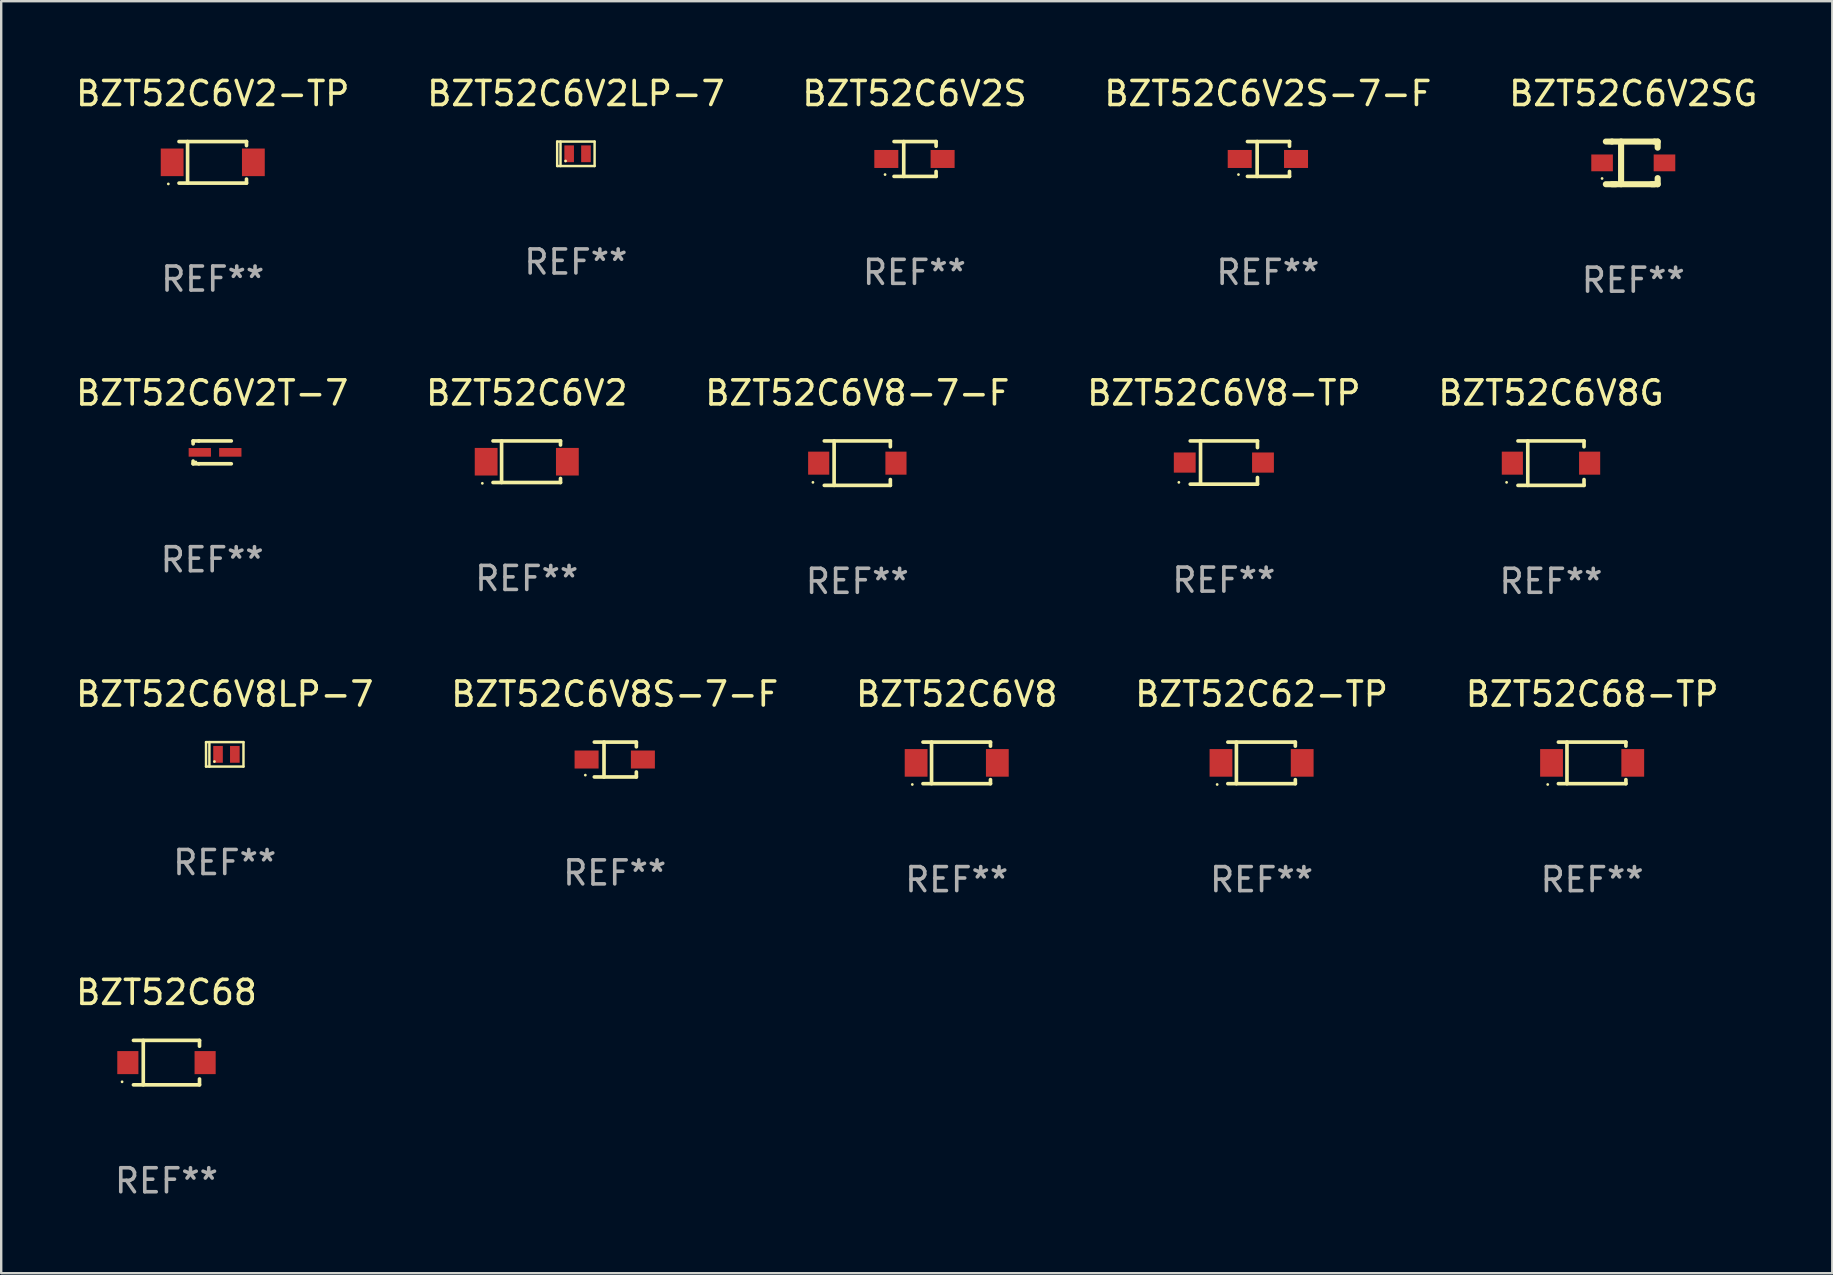
<source format=kicad_pcb>
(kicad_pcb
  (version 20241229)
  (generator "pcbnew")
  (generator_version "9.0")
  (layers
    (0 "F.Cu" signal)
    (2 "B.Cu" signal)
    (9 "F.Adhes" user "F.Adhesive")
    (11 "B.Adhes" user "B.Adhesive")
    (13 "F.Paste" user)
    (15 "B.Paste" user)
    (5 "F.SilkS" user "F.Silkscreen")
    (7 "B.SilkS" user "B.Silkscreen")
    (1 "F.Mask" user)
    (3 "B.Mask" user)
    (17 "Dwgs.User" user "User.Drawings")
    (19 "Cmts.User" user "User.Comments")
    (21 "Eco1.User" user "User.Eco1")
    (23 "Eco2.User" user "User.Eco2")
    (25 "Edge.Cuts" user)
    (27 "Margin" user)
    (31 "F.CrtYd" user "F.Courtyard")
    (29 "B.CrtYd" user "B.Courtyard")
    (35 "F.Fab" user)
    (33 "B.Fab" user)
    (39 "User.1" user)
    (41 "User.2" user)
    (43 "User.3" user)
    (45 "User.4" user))
  (footprint "BZT52C6V2T-7"
    (layer "F.Cu")
    (at 5.792 15.799)
    (property "Reference" "BZT52C6V2T-7" (at 0 -2.476 0) (layer "F.SilkS") (effects (font (size 1 1) (thickness 0.15))))
    (attr through_hole)
    (fp_line (start -0.795 -0.476) (end -0.795 -0.356) (stroke (width 0.152) (type solid)) (layer "F.SilkS"))
    (fp_line (start -0.795 0.363) (end -0.795 0.476) (stroke (width 0.152) (type solid)) (layer "F.SilkS"))
    (fp_line (start -0.795 0.476) (end -0.557 0.476) (stroke (width 0.152) (type solid)) (layer "F.SilkS"))
    (fp_line (start -0.557 -0.476) (end -0.795 -0.476) (stroke (width 0.152) (type solid)) (layer "F.SilkS"))
    (fp_line (start -0.557 -0.476) (end 0.795 -0.476) (stroke (width 0.152) (type solid)) (layer "F.SilkS"))
    (fp_line (start -0.557 0.476) (end 0.795 0.476) (stroke (width 0.152) (type solid)) (layer "F.SilkS"))
    (fp_circle (center -0.681 0.4) (end -0.651 0.4) (stroke (width 0.06) (type solid)) (fill no) (layer "F.SilkS"))
    (fp_text user "REF**" (at 0 4.476 0) (layer "F.Fab") (effects (font (size 1 1) (thickness 0.15))))
    (pad "1" smd rect (at -0.516 0 180) (size 0.93 0.36) (layers "F.Cu" "F.Mask" "F.Paste"))
    (pad "2" smd rect (at 0.754 0 180) (size 0.93 0.36) (layers "F.Cu" "F.Mask" "F.Paste")))
  (footprint "BZT52C6V2SG"
    (layer "F.Cu")
    (at 65.006 3.737)
    (property "Reference" "BZT52C6V2SG" (at 0 -2.889 0) (layer "F.SilkS") (effects (font (size 1 1) (thickness 0.15))))
    (attr through_hole)
    (fp_line (start -0.889 -0.889) (end -1.143 -0.889) (stroke (width 0.254) (type solid)) (layer "F.SilkS"))
    (fp_line (start -0.889 -0.889) (end 0.889 -0.889) (stroke (width 0.254) (type solid)) (layer "F.SilkS"))
    (fp_line (start -0.889 0.889) (end 0.889 0.889) (stroke (width 0.254) (type solid)) (layer "F.SilkS"))
    (fp_line (start -0.728 0.889) (end -1.143 0.889) (stroke (width 0.254) (type solid)) (layer "F.SilkS"))
    (fp_line (start -0.508 -0.889) (end -0.508 0.889) (stroke (width 0.254) (type solid)) (layer "F.SilkS"))
    (fp_line (start 0.763 0.889) (end 1.016 0.889) (stroke (width 0.254) (type solid)) (layer "F.SilkS"))
    (fp_line (start 0.889 -0.889) (end 1.016 -0.889) (stroke (width 0.254) (type solid)) (layer "F.SilkS"))
    (fp_line (start 1.016 -0.889) (end 1.016 -0.635) (stroke (width 0.254) (type solid)) (layer "F.SilkS"))
    (fp_line (start 1.016 0.889) (end 1.016 0.635) (stroke (width 0.254) (type solid)) (layer "F.SilkS"))
    (fp_circle (center -1.3 0.65) (end -1.27 0.65) (stroke (width 0.06) (type solid)) (fill no) (layer "F.SilkS"))
    (fp_text user "REF**" (at 0 4.889 0) (layer "F.Fab") (effects (font (size 1 1) (thickness 0.15))))
    (pad "1" smd rect (at -1.3 0) (size 0.9 0.7) (layers "F.Cu" "F.Mask" "F.Paste"))
    (pad "2" smd rect (at 1.3 0) (size 0.9 0.7) (layers "F.Cu" "F.Mask" "F.Paste")))
  (footprint "BZT52C6V8S-7-F"
    (layer "F.Cu")
    (at 22.565 28.598)
    (property "Reference" "BZT52C6V8S-7-F" (at 0 -2.726 0) (layer "F.SilkS") (effects (font (size 1 1) (thickness 0.15))))
    (attr through_hole)
    (fp_line (start -0.851 -0.726) (end 0.901 -0.726) (stroke (width 0.152) (type solid)) (layer "F.SilkS"))
    (fp_line (start -0.851 0.726) (end 0.901 0.726) (stroke (width 0.152) (type solid)) (layer "F.SilkS"))
    (fp_line (start -0.447 -0.726) (end -0.447 0.726) (stroke (width 0.152) (type solid)) (layer "F.SilkS"))
    (fp_line (start 0.901 -0.726) (end 0.901 -0.53) (stroke (width 0.152) (type solid)) (layer "F.SilkS"))
    (fp_line (start 0.901 0.726) (end 0.901 0.52) (stroke (width 0.152) (type solid)) (layer "F.SilkS"))
    (fp_circle (center -1.225 0.65) (end -1.195 0.65) (stroke (width 0.06) (type solid)) (fill no) (layer "F.SilkS"))
    (fp_text user "REF**" (at 0 4.726 0) (layer "F.Fab") (effects (font (size 1 1) (thickness 0.15))))
    (pad "1" smd rect (at -1.173 0) (size 1 0.75) (layers "F.Cu" "F.Mask" "F.Paste"))
    (pad "2" smd rect (at 1.173 0) (size 1 0.75) (layers "F.Cu" "F.Mask" "F.Paste")))
  (footprint "BZT52C6V8G"
    (layer "F.Cu")
    (at 61.577 16.249)
    (property "Reference" "BZT52C6V8G" (at 0 -2.926 0) (layer "F.SilkS") (effects (font (size 1 1) (thickness 0.15))))
    (attr through_hole)
    (fp_line (start -1.376 -0.926) (end 1.376 -0.926) (stroke (width 0.152) (type solid)) (layer "F.SilkS"))
    (fp_line (start -1.376 0.926) (end 1.376 0.926) (stroke (width 0.152) (type solid)) (layer "F.SilkS"))
    (fp_line (start -0.967 -0.926) (end -0.967 0.926) (stroke (width 0.152) (type solid)) (layer "F.SilkS"))
    (fp_line (start 1.376 -0.926) (end 1.376 -0.683) (stroke (width 0.152) (type solid)) (layer "F.SilkS"))
    (fp_line (start 1.376 0.926) (end 1.376 0.683) (stroke (width 0.152) (type solid)) (layer "F.SilkS"))
    (fp_circle (center -1.85 0.8) (end -1.82 0.8) (stroke (width 0.06) (type solid)) (fill no) (layer "F.SilkS"))
    (fp_text user "REF**" (at 0 4.926 0) (layer "F.Fab") (effects (font (size 1 1) (thickness 0.15))))
    (pad "1" smd rect (at -1.61 0) (size 0.88 0.96) (layers "F.Cu" "F.Mask" "F.Paste"))
    (pad "2" smd rect (at 1.61 0) (size 0.88 0.96) (layers "F.Cu" "F.Mask" "F.Paste")))
  (footprint "BZT52C62-TP"
    (layer "F.Cu")
    (at 49.518 28.738)
    (property "Reference" "BZT52C62-TP" (at 0 -2.866 0) (layer "F.SilkS") (effects (font (size 1 1) (thickness 0.15))))
    (attr through_hole)
    (fp_line (start -1.406 -0.866) (end 1.406 -0.866) (stroke (width 0.152) (type solid)) (layer "F.SilkS"))
    (fp_line (start -1.406 0.866) (end 1.406 0.866) (stroke (width 0.152) (type solid)) (layer "F.SilkS"))
    (fp_line (start -1.049 -0.866) (end -1.049 0.866) (stroke (width 0.152) (type solid)) (layer "F.SilkS"))
    (fp_line (start 1.406 -0.866) (end 1.406 -0.698) (stroke (width 0.152) (type solid)) (layer "F.SilkS"))
    (fp_line (start 1.406 0.866) (end 1.406 0.698) (stroke (width 0.152) (type solid)) (layer "F.SilkS"))
    (fp_circle (center -1.851 0.9) (end -1.821 0.9) (stroke (width 0.06) (type solid)) (fill no) (layer "F.SilkS"))
    (fp_text user "REF**" (at 0 4.866 0) (layer "F.Fab") (effects (font (size 1 1) (thickness 0.15))))
    (pad "1" smd rect (at -1.692 0) (size 0.95 1.15) (layers "F.Cu" "F.Mask" "F.Paste"))
    (pad "2" smd rect (at 1.692 0) (size 0.95 1.15) (layers "F.Cu" "F.Mask" "F.Paste")))
  (footprint "BZT52C6V8"
    (layer "F.Cu")
    (at 36.815 28.738)
    (property "Reference" "BZT52C6V8" (at 0 -2.866 0) (layer "F.SilkS") (effects (font (size 1 1) (thickness 0.15))))
    (attr through_hole)
    (fp_line (start -1.406 -0.866) (end 1.406 -0.866) (stroke (width 0.152) (type solid)) (layer "F.SilkS"))
    (fp_line (start -1.406 0.866) (end 1.406 0.866) (stroke (width 0.152) (type solid)) (layer "F.SilkS"))
    (fp_line (start -1.049 -0.866) (end -1.049 0.866) (stroke (width 0.152) (type solid)) (layer "F.SilkS"))
    (fp_line (start 1.406 -0.866) (end 1.406 -0.698) (stroke (width 0.152) (type solid)) (layer "F.SilkS"))
    (fp_line (start 1.406 0.866) (end 1.406 0.698) (stroke (width 0.152) (type solid)) (layer "F.SilkS"))
    (fp_circle (center -1.851 0.9) (end -1.821 0.9) (stroke (width 0.06) (type solid)) (fill no) (layer "F.SilkS"))
    (fp_text user "REF**" (at 0 4.866 0) (layer "F.Fab") (effects (font (size 1 1) (thickness 0.15))))
    (pad "1" smd rect (at -1.692 0) (size 0.95 1.15) (layers "F.Cu" "F.Mask" "F.Paste"))
    (pad "2" smd rect (at 1.692 0) (size 0.95 1.15) (layers "F.Cu" "F.Mask" "F.Paste")))
  (footprint "BZT52C68-TP"
    (layer "F.Cu")
    (at 63.292 28.738)
    (property "Reference" "BZT52C68-TP" (at 0 -2.866 0) (layer "F.SilkS") (effects (font (size 1 1) (thickness 0.15))))
    (attr through_hole)
    (fp_line (start -1.406 -0.866) (end 1.406 -0.866) (stroke (width 0.152) (type solid)) (layer "F.SilkS"))
    (fp_line (start -1.406 0.866) (end 1.406 0.866) (stroke (width 0.152) (type solid)) (layer "F.SilkS"))
    (fp_line (start -1.049 -0.866) (end -1.049 0.866) (stroke (width 0.152) (type solid)) (layer "F.SilkS"))
    (fp_line (start 1.406 -0.866) (end 1.406 -0.698) (stroke (width 0.152) (type solid)) (layer "F.SilkS"))
    (fp_line (start 1.406 0.866) (end 1.406 0.698) (stroke (width 0.152) (type solid)) (layer "F.SilkS"))
    (fp_circle (center -1.851 0.9) (end -1.821 0.9) (stroke (width 0.06) (type solid)) (fill no) (layer "F.SilkS"))
    (fp_text user "REF**" (at 0 4.866 0) (layer "F.Fab") (effects (font (size 1 1) (thickness 0.15))))
    (pad "1" smd rect (at -1.692 0) (size 0.95 1.15) (layers "F.Cu" "F.Mask" "F.Paste"))
    (pad "2" smd rect (at 1.692 0) (size 0.95 1.15) (layers "F.Cu" "F.Mask" "F.Paste")))
  (footprint "BZT52C6V2S-7-F"
    (layer "F.Cu")
    (at 49.78 3.574)
    (property "Reference" "BZT52C6V2S-7-F" (at 0 -2.726 0) (layer "F.SilkS") (effects (font (size 1 1) (thickness 0.15))))
    (attr through_hole)
    (fp_line (start -0.851 -0.726) (end 0.901 -0.726) (stroke (width 0.152) (type solid)) (layer "F.SilkS"))
    (fp_line (start -0.851 0.726) (end 0.901 0.726) (stroke (width 0.152) (type solid)) (layer "F.SilkS"))
    (fp_line (start -0.447 -0.726) (end -0.447 0.726) (stroke (width 0.152) (type solid)) (layer "F.SilkS"))
    (fp_line (start 0.901 -0.726) (end 0.901 -0.53) (stroke (width 0.152) (type solid)) (layer "F.SilkS"))
    (fp_line (start 0.901 0.726) (end 0.901 0.52) (stroke (width 0.152) (type solid)) (layer "F.SilkS"))
    (fp_circle (center -1.225 0.65) (end -1.195 0.65) (stroke (width 0.06) (type solid)) (fill no) (layer "F.SilkS"))
    (fp_text user "REF**" (at 0 4.726 0) (layer "F.Fab") (effects (font (size 1 1) (thickness 0.15))))
    (pad "1" smd rect (at -1.173 0) (size 1 0.75) (layers "F.Cu" "F.Mask" "F.Paste"))
    (pad "2" smd rect (at 1.173 0) (size 1 0.75) (layers "F.Cu" "F.Mask" "F.Paste")))
  (footprint "BZT52C6V8-7-F"
    (layer "F.Cu")
    (at 32.673 16.249)
    (property "Reference" "BZT52C6V8-7-F" (at 0 -2.926 0) (layer "F.SilkS") (effects (font (size 1 1) (thickness 0.15))))
    (attr through_hole)
    (fp_line (start -1.376 -0.926) (end 1.376 -0.926) (stroke (width 0.152) (type solid)) (layer "F.SilkS"))
    (fp_line (start -1.376 0.926) (end 1.376 0.926) (stroke (width 0.152) (type solid)) (layer "F.SilkS"))
    (fp_line (start -0.967 -0.926) (end -0.967 0.926) (stroke (width 0.152) (type solid)) (layer "F.SilkS"))
    (fp_line (start 1.376 -0.926) (end 1.376 -0.683) (stroke (width 0.152) (type solid)) (layer "F.SilkS"))
    (fp_line (start 1.376 0.926) (end 1.376 0.683) (stroke (width 0.152) (type solid)) (layer "F.SilkS"))
    (fp_circle (center -1.85 0.8) (end -1.82 0.8) (stroke (width 0.06) (type solid)) (fill no) (layer "F.SilkS"))
    (fp_text user "REF**" (at 0 4.926 0) (layer "F.Fab") (effects (font (size 1 1) (thickness 0.15))))
    (pad "1" smd rect (at -1.61 0) (size 0.88 0.96) (layers "F.Cu" "F.Mask" "F.Paste"))
    (pad "2" smd rect (at 1.61 0) (size 0.88 0.96) (layers "F.Cu" "F.Mask" "F.Paste")))
  (footprint "BZT52C6V8-TP"
    (layer "F.Cu")
    (at 47.946 16.224)
    (property "Reference" "BZT52C6V8-TP" (at 0 -2.901 0) (layer "F.SilkS") (effects (font (size 1 1) (thickness 0.15))))
    (attr through_hole)
    (fp_line (start -1.401 -0.901) (end 1.401 -0.901) (stroke (width 0.152) (type solid)) (layer "F.SilkS"))
    (fp_line (start -1.401 0.901) (end 1.401 0.901) (stroke (width 0.152) (type solid)) (layer "F.SilkS"))
    (fp_line (start -0.972 -0.901) (end -0.972 0.901) (stroke (width 0.152) (type solid)) (layer "F.SilkS"))
    (fp_line (start 1.401 -0.901) (end 1.401 -0.623) (stroke (width 0.152) (type solid)) (layer "F.SilkS"))
    (fp_line (start 1.401 0.901) (end 1.401 0.623) (stroke (width 0.152) (type solid)) (layer "F.SilkS"))
    (fp_circle (center -1.875 0.825) (end -1.845 0.825) (stroke (width 0.06) (type solid)) (fill no) (layer "F.SilkS"))
    (fp_text user "REF**" (at 0 4.901 0) (layer "F.Fab") (effects (font (size 1 1) (thickness 0.15))))
    (pad "1" smd rect (at -1.63 0 180) (size 0.91 0.84) (layers "F.Cu" "F.Mask" "F.Paste"))
    (pad "2" smd rect (at 1.63 0 180) (size 0.91 0.84) (layers "F.Cu" "F.Mask" "F.Paste")))
  (footprint "BZT52C6V8LP-7"
    (layer "F.Cu")
    (at 6.315 28.382)
    (property "Reference" "BZT52C6V8LP-7" (at 0 -2.51 0) (layer "F.SilkS") (effects (font (size 1 1) (thickness 0.15))))
    (attr through_hole)
    (fp_line (start -0.78 -0.51) (end -0.78 0.51) (stroke (width 0.102) (type solid)) (layer "F.SilkS"))
    (fp_line (start -0.78 -0.51) (end 0.78 -0.51) (stroke (width 0.102) (type solid)) (layer "F.SilkS"))
    (fp_line (start -0.78 0.51) (end 0.78 0.51) (stroke (width 0.102) (type solid)) (layer "F.SilkS"))
    (fp_line (start -0.64 -0.51) (end -0.64 0.51) (stroke (width 0.102) (type solid)) (layer "F.SilkS"))
    (fp_line (start 0.78 -0.51) (end 0.78 0.51) (stroke (width 0.102) (type solid)) (layer "F.SilkS"))
    (fp_circle (center -0.43 0.3) (end -0.4 0.3) (stroke (width 0.06) (type solid)) (fill no) (layer "F.SilkS"))
    (fp_text user "REF**" (at 0 4.51 0) (layer "F.Fab") (effects (font (size 1 1) (thickness 0.15))))
    (pad "1" smd rect (at -0.28 0) (size 0.4 0.7) (layers "F.Cu" "F.Mask" "F.Paste"))
    (pad "2" smd rect (at 0.42 0) (size 0.4 0.7) (layers "F.Cu" "F.Mask" "F.Paste")))
  (footprint "BZT52C6V2-TP"
    (layer "F.Cu")
    (at 5.815 3.714)
    (property "Reference" "BZT52C6V2-TP" (at 0 -2.866 0) (layer "F.SilkS") (effects (font (size 1 1) (thickness 0.15))))
    (attr through_hole)
    (fp_line (start -1.406 -0.866) (end 1.406 -0.866) (stroke (width 0.152) (type solid)) (layer "F.SilkS"))
    (fp_line (start -1.406 0.866) (end 1.406 0.866) (stroke (width 0.152) (type solid)) (layer "F.SilkS"))
    (fp_line (start -1.049 -0.866) (end -1.049 0.866) (stroke (width 0.152) (type solid)) (layer "F.SilkS"))
    (fp_line (start 1.406 -0.866) (end 1.406 -0.698) (stroke (width 0.152) (type solid)) (layer "F.SilkS"))
    (fp_line (start 1.406 0.866) (end 1.406 0.698) (stroke (width 0.152) (type solid)) (layer "F.SilkS"))
    (fp_circle (center -1.851 0.9) (end -1.821 0.9) (stroke (width 0.06) (type solid)) (fill no) (layer "F.SilkS"))
    (fp_text user "REF**" (at 0 4.866 0) (layer "F.Fab") (effects (font (size 1 1) (thickness 0.15))))
    (pad "1" smd rect (at -1.692 0) (size 0.95 1.15) (layers "F.Cu" "F.Mask" "F.Paste"))
    (pad "2" smd rect (at 1.692 0) (size 0.95 1.15) (layers "F.Cu" "F.Mask" "F.Paste")))
  (footprint "BZT52C6V2"
    (layer "F.Cu")
    (at 18.899 16.189)
    (property "Reference" "BZT52C6V2" (at 0 -2.866 0) (layer "F.SilkS") (effects (font (size 1 1) (thickness 0.15))))
    (attr through_hole)
    (fp_line (start -1.406 -0.866) (end 1.406 -0.866) (stroke (width 0.152) (type solid)) (layer "F.SilkS"))
    (fp_line (start -1.406 0.866) (end 1.406 0.866) (stroke (width 0.152) (type solid)) (layer "F.SilkS"))
    (fp_line (start -1.049 -0.866) (end -1.049 0.866) (stroke (width 0.152) (type solid)) (layer "F.SilkS"))
    (fp_line (start 1.406 -0.866) (end 1.406 -0.698) (stroke (width 0.152) (type solid)) (layer "F.SilkS"))
    (fp_line (start 1.406 0.866) (end 1.406 0.698) (stroke (width 0.152) (type solid)) (layer "F.SilkS"))
    (fp_circle (center -1.851 0.9) (end -1.821 0.9) (stroke (width 0.06) (type solid)) (fill no) (layer "F.SilkS"))
    (fp_text user "REF**" (at 0 4.866 0) (layer "F.Fab") (effects (font (size 1 1) (thickness 0.15))))
    (pad "1" smd rect (at -1.692 0) (size 0.95 1.15) (layers "F.Cu" "F.Mask" "F.Paste"))
    (pad "2" smd rect (at 1.692 0) (size 0.95 1.15) (layers "F.Cu" "F.Mask" "F.Paste")))
  (footprint "BZT52C68"
    (layer "F.Cu")
    (at 3.887 41.227)
    (property "Reference" "BZT52C68" (at 0 -2.926 0) (layer "F.SilkS") (effects (font (size 1 1) (thickness 0.15))))
    (attr through_hole)
    (fp_line (start -1.376 -0.926) (end 1.376 -0.926) (stroke (width 0.152) (type solid)) (layer "F.SilkS"))
    (fp_line (start -1.376 0.926) (end 1.376 0.926) (stroke (width 0.152) (type solid)) (layer "F.SilkS"))
    (fp_line (start -0.967 -0.926) (end -0.967 0.926) (stroke (width 0.152) (type solid)) (layer "F.SilkS"))
    (fp_line (start 1.376 -0.926) (end 1.376 -0.683) (stroke (width 0.152) (type solid)) (layer "F.SilkS"))
    (fp_line (start 1.376 0.926) (end 1.376 0.683) (stroke (width 0.152) (type solid)) (layer "F.SilkS"))
    (fp_circle (center -1.85 0.8) (end -1.82 0.8) (stroke (width 0.06) (type solid)) (fill no) (layer "F.SilkS"))
    (fp_text user "REF**" (at 0 4.926 0) (layer "F.Fab") (effects (font (size 1 1) (thickness 0.15))))
    (pad "1" smd rect (at -1.61 0) (size 0.88 0.96) (layers "F.Cu" "F.Mask" "F.Paste"))
    (pad "2" smd rect (at 1.61 0) (size 0.88 0.96) (layers "F.Cu" "F.Mask" "F.Paste")))
  (footprint "BZT52C6V2LP-7"
    (layer "F.Cu")
    (at 20.946 3.358)
    (property "Reference" "BZT52C6V2LP-7" (at 0 -2.51 0) (layer "F.SilkS") (effects (font (size 1 1) (thickness 0.15))))
    (attr through_hole)
    (fp_line (start -0.78 -0.51) (end -0.78 0.51) (stroke (width 0.102) (type solid)) (layer "F.SilkS"))
    (fp_line (start -0.78 -0.51) (end 0.78 -0.51) (stroke (width 0.102) (type solid)) (layer "F.SilkS"))
    (fp_line (start -0.78 0.51) (end 0.78 0.51) (stroke (width 0.102) (type solid)) (layer "F.SilkS"))
    (fp_line (start -0.64 -0.51) (end -0.64 0.51) (stroke (width 0.102) (type solid)) (layer "F.SilkS"))
    (fp_line (start 0.78 -0.51) (end 0.78 0.51) (stroke (width 0.102) (type solid)) (layer "F.SilkS"))
    (fp_circle (center -0.43 0.3) (end -0.4 0.3) (stroke (width 0.06) (type solid)) (fill no) (layer "F.SilkS"))
    (fp_text user "REF**" (at 0 4.51 0) (layer "F.Fab") (effects (font (size 1 1) (thickness 0.15))))
    (pad "1" smd rect (at -0.28 0) (size 0.4 0.7) (layers "F.Cu" "F.Mask" "F.Paste"))
    (pad "2" smd rect (at 0.42 0) (size 0.4 0.7) (layers "F.Cu" "F.Mask" "F.Paste")))
  (footprint "BZT52C6V2S"
    (layer "F.Cu")
    (at 35.054 3.574)
    (property "Reference" "BZT52C6V2S" (at 0 -2.726 0) (layer "F.SilkS") (effects (font (size 1 1) (thickness 0.15))))
    (attr through_hole)
    (fp_line (start -0.851 -0.726) (end 0.901 -0.726) (stroke (width 0.152) (type solid)) (layer "F.SilkS"))
    (fp_line (start -0.851 0.726) (end 0.901 0.726) (stroke (width 0.152) (type solid)) (layer "F.SilkS"))
    (fp_line (start -0.447 -0.726) (end -0.447 0.726) (stroke (width 0.152) (type solid)) (layer "F.SilkS"))
    (fp_line (start 0.901 -0.726) (end 0.901 -0.53) (stroke (width 0.152) (type solid)) (layer "F.SilkS"))
    (fp_line (start 0.901 0.726) (end 0.901 0.52) (stroke (width 0.152) (type solid)) (layer "F.SilkS"))
    (fp_circle (center -1.225 0.65) (end -1.195 0.65) (stroke (width 0.06) (type solid)) (fill no) (layer "F.SilkS"))
    (fp_text user "REF**" (at 0 4.726 0) (layer "F.Fab") (effects (font (size 1 1) (thickness 0.15))))
    (pad "1" smd rect (at -1.173 0) (size 1 0.75) (layers "F.Cu" "F.Mask" "F.Paste"))
    (pad "2" smd rect (at 1.173 0) (size 1 0.75) (layers "F.Cu" "F.Mask" "F.Paste")))
  (gr_rect
    (start -3 -3)
    (end 73.298 50.001)
    (stroke (width 0.1) (type default))
    (fill no)
    (layer "Edge.Cuts")))
</source>
